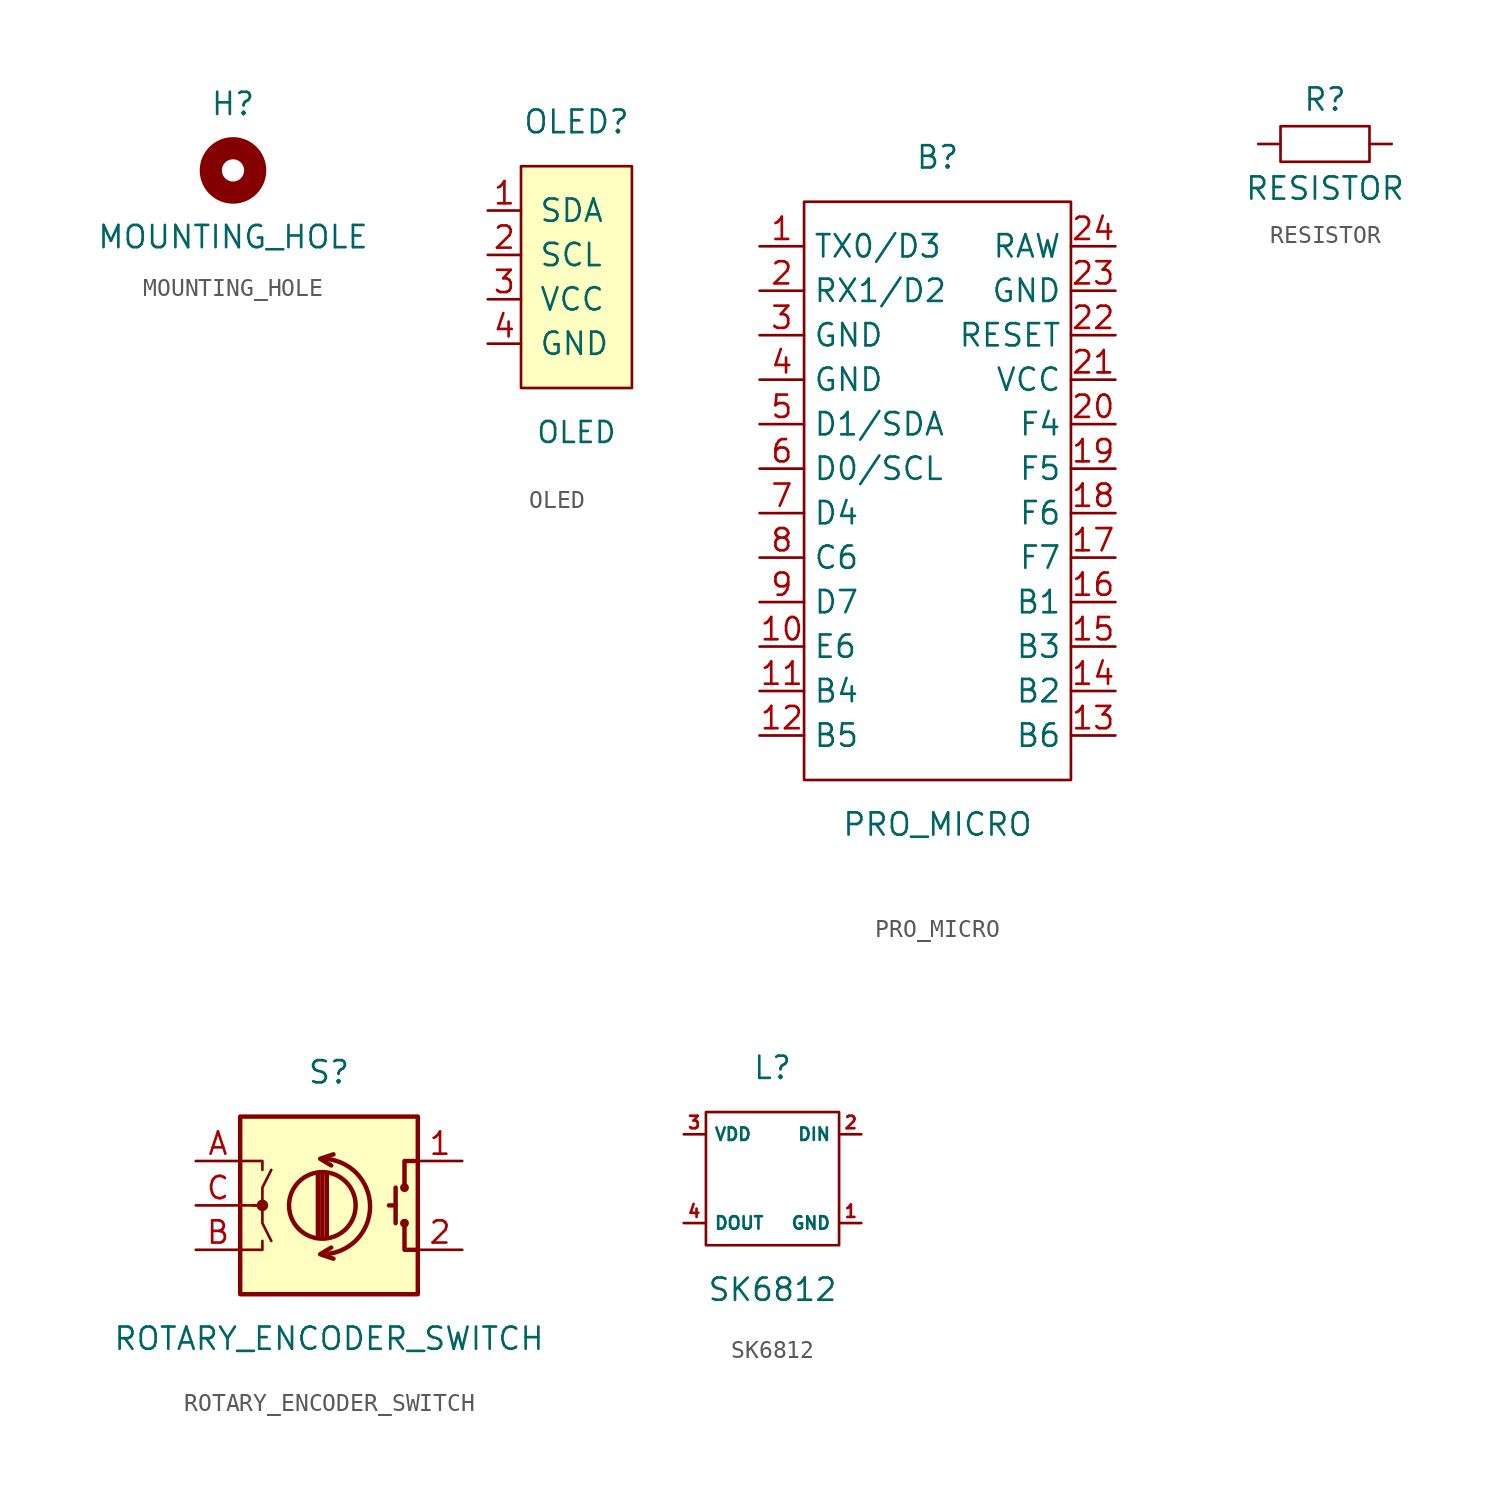
<source format=kicad_sym>
(kicad_symbol_lib
  (version 20211014)
  (generator kicad_symbol_editor)
  (symbol "MOUNTING_HOLE"
    (property "Reference" "H"
      (at 0 3.81 0)
      (effects (font (size 1.27 1.27))))
    (property "Value" "MOUNTING_HOLE"
      (at 0 -3.81 0)
      (effects (font (size 1.27 1.27))))
    (symbol "MOUNTING_HOLE_0_1"
      (circle (center 0 0) (radius 1.27) (stroke (width 1.27) (type default) (color 0 0 0 0)) (fill (type none)))))
  (symbol "OLED"
    (pin_names
      (offset 1.016))
    (property "Reference" "OLED"
      (at 0 8.89 0)
      (effects (font (size 1.295 1.295))))
    (property "Value" "OLED"
      (at 0 -8.89 0)
      (effects (font (size 1.194 1.194))))
    (symbol "OLED_0_1"
      (rectangle (start -3.175 6.35) (end 3.175 -6.35) (stroke (width 0) (type default) (color 0 0 0 0)) (fill (type background))))
    (symbol "OLED_1_1"
      (pin bidirectional line (at -5.08 3.81 0) (length 1.905) (name "SDA" (effects (font (size 1.27 1.27)))) (number "1" (effects (font (size 1.27 1.27)))))
      (pin bidirectional line (at -5.08 1.27 0) (length 1.905) (name "SCL" (effects (font (size 1.27 1.27)))) (number "2" (effects (font (size 1.27 1.27)))))
      (pin power_in line (at -5.08 -1.27 0) (length 1.905) (name "VCC" (effects (font (size 1.27 1.27)))) (number "3" (effects (font (size 1.27 1.27)))))
      (pin power_in line (at -5.08 -3.81 0) (length 1.905) (name "GND" (effects (font (size 1.27 1.27)))) (number "4" (effects (font (size 1.27 1.27)))))))
  (symbol "PRO_MICRO"
    (property "Reference" "B"
      (at 0 19.05 0)
      (effects (font (size 1.27 1.27))))
    (property "Value" "PRO_MICRO"
      (at 0 -19.05 0)
      (effects (font (size 1.27 1.27))))
    (symbol "PRO_MICRO_0_1"
      (rectangle (start -7.62 16.51) (end 7.62 -16.51) (stroke (width 0) (type default) (color 0 0 0 0)) (fill (type none))))
    (symbol "PRO_MICRO_1_1"
      (pin bidirectional line (at -10.16 13.97 0) (length 2.54) (name "TX0/D3" (effects (font (size 1.27 1.27)))) (number "1" (effects (font (size 1.27 1.27)))))
      (pin bidirectional line (at -10.16 -8.89 0) (length 2.54) (name "E6" (effects (font (size 1.27 1.27)))) (number "10" (effects (font (size 1.27 1.27)))))
      (pin bidirectional line (at -10.16 -11.43 0) (length 2.54) (name "B4" (effects (font (size 1.27 1.27)))) (number "11" (effects (font (size 1.27 1.27)))))
      (pin bidirectional line (at -10.16 -13.97 0) (length 2.54) (name "B5" (effects (font (size 1.27 1.27)))) (number "12" (effects (font (size 1.27 1.27)))))
      (pin bidirectional line (at 10.16 -13.97 180) (length 2.54) (name "B6" (effects (font (size 1.27 1.27)))) (number "13" (effects (font (size 1.27 1.27)))))
      (pin bidirectional line (at 10.16 -11.43 180) (length 2.54) (name "B2" (effects (font (size 1.27 1.27)))) (number "14" (effects (font (size 1.27 1.27)))))
      (pin bidirectional line (at 10.16 -8.89 180) (length 2.54) (name "B3" (effects (font (size 1.27 1.27)))) (number "15" (effects (font (size 1.27 1.27)))))
      (pin bidirectional line (at 10.16 -6.35 180) (length 2.54) (name "B1" (effects (font (size 1.27 1.27)))) (number "16" (effects (font (size 1.27 1.27)))))
      (pin bidirectional line (at 10.16 -3.81 180) (length 2.54) (name "F7" (effects (font (size 1.27 1.27)))) (number "17" (effects (font (size 1.27 1.27)))))
      (pin bidirectional line (at 10.16 -1.27 180) (length 2.54) (name "F6" (effects (font (size 1.27 1.27)))) (number "18" (effects (font (size 1.27 1.27)))))
      (pin bidirectional line (at 10.16 1.27 180) (length 2.54) (name "F5" (effects (font (size 1.27 1.27)))) (number "19" (effects (font (size 1.27 1.27)))))
      (pin bidirectional line (at -10.16 11.43 0) (length 2.54) (name "RX1/D2" (effects (font (size 1.27 1.27)))) (number "2" (effects (font (size 1.27 1.27)))))
      (pin bidirectional line (at 10.16 3.81 180) (length 2.54) (name "F4" (effects (font (size 1.27 1.27)))) (number "20" (effects (font (size 1.27 1.27)))))
      (pin input line (at 10.16 6.35 180) (length 2.54) (name "VCC" (effects (font (size 1.27 1.27)))) (number "21" (effects (font (size 1.27 1.27)))))
      (pin input line (at 10.16 8.89 180) (length 2.54) (name "RESET" (effects (font (size 1.27 1.27)))) (number "22" (effects (font (size 1.27 1.27)))))
      (pin input line (at 10.16 11.43 180) (length 2.54) (name "GND" (effects (font (size 1.27 1.27)))) (number "23" (effects (font (size 1.27 1.27)))))
      (pin output line (at 10.16 13.97 180) (length 2.54) (name "RAW" (effects (font (size 1.27 1.27)))) (number "24" (effects (font (size 1.27 1.27)))))
      (pin power_in line (at -10.16 8.89 0) (length 2.54) (name "GND" (effects (font (size 1.27 1.27)))) (number "3" (effects (font (size 1.27 1.27)))))
      (pin power_in line (at -10.16 6.35 0) (length 2.54) (name "GND" (effects (font (size 1.27 1.27)))) (number "4" (effects (font (size 1.27 1.27)))))
      (pin bidirectional line (at -10.16 3.81 0) (length 2.54) (name "D1/SDA" (effects (font (size 1.27 1.27)))) (number "5" (effects (font (size 1.27 1.27)))))
      (pin bidirectional line (at -10.16 1.27 0) (length 2.54) (name "D0/SCL" (effects (font (size 1.27 1.27)))) (number "6" (effects (font (size 1.27 1.27)))))
      (pin bidirectional line (at -10.16 -1.27 0) (length 2.54) (name "D4" (effects (font (size 1.27 1.27)))) (number "7" (effects (font (size 1.27 1.27)))))
      (pin bidirectional line (at -10.16 -3.81 0) (length 2.54) (name "C6" (effects (font (size 1.27 1.27)))) (number "8" (effects (font (size 1.27 1.27)))))
      (pin bidirectional line (at -10.16 -6.35 0) (length 2.54) (name "D7" (effects (font (size 1.27 1.27)))) (number "9" (effects (font (size 1.27 1.27)))))))
  (symbol "RESISTOR"
    (pin_numbers hide)
    (pin_names hide)
    (property "Reference" "R"
      (at 0 2.54 0)
      (effects (font (size 1.27 1.27))))
    (property "Value" "RESISTOR"
      (at 0 -2.54 0)
      (effects (font (size 1.27 1.27))))
    (symbol "RESISTOR_0_1"
      (rectangle (start -2.54 1.016) (end 2.54 -1.016) (stroke (width 0) (type default) (color 0 0 0 0)) (fill (type none))))
    (symbol "RESISTOR_1_1"
      (pin passive line (at -3.81 0 0) (length 1.27) (name "1" (effects (font (size 1.27 1.27)))) (number "1" (effects (font (size 1.27 1.27)))))
      (pin passive line (at 3.81 0 180) (length 1.27) (name "2" (effects (font (size 1.27 1.27)))) (number "2" (effects (font (size 1.27 1.27)))))))
  (symbol "ROTARY_ENCODER_SWITCH"
    (pin_names
      (offset 0.254) hide)
    (property "Reference" "S"
      (at 0 7.62 0)
      (effects (font (size 1.27 1.27))))
    (property "Value" "ROTARY_ENCODER_SWITCH"
      (at 0 -7.62 0)
      (effects (font (size 1.27 1.27))))
    (symbol "ROTARY_ENCODER_SWITCH_0_1"
      (rectangle (start -5.08 5.08) (end 5.08 -5.08) (stroke (width 0.254) (type default) (color 0 0 0 0)) (fill (type background)))
      (circle (center -3.81 0) (radius 0.254) (stroke (width 0) (type default) (color 0 0 0 0)) (fill (type outline)))
      (arc (start -0.381 -2.794) (mid 2.3622 -0.0635) (end -0.381 2.667) (stroke (width 0.254) (type default) (color 0 0 0 0)) (fill (type none)))
      (circle (center -0.381 0) (radius 1.905) (stroke (width 0.254) (type default) (color 0 0 0 0)) (fill (type none)))
      (polyline (pts (xy -0.635 -1.778) (xy -0.635 1.778)) (stroke (width 0.254) (type default) (color 0 0 0 0)) (fill (type none)))
      (polyline (pts (xy -0.381 -1.778) (xy -0.381 1.778)) (stroke (width 0.254) (type default) (color 0 0 0 0)) (fill (type none)))
      (polyline (pts (xy -0.127 1.778) (xy -0.127 -1.778)) (stroke (width 0.254) (type default) (color 0 0 0 0)) (fill (type none)))
      (polyline (pts (xy 3.81 0) (xy 3.429 0)) (stroke (width 0.254) (type default) (color 0 0 0 0)) (fill (type none)))
      (polyline (pts (xy 3.81 1.016) (xy 3.81 -1.016)) (stroke (width 0.254) (type default) (color 0 0 0 0)) (fill (type none)))
      (polyline (pts (xy -5.08 -2.54) (xy -3.81 -2.54) (xy -3.81 -2.032)) (stroke (width 0) (type default) (color 0 0 0 0)) (fill (type none)))
      (polyline (pts (xy -5.08 2.54) (xy -3.81 2.54) (xy -3.81 2.032)) (stroke (width 0) (type default) (color 0 0 0 0)) (fill (type none)))
      (polyline (pts (xy 0.254 -3.048) (xy -0.508 -2.794) (xy 0.127 -2.413)) (stroke (width 0.254) (type default) (color 0 0 0 0)) (fill (type none)))
      (polyline (pts (xy 0.254 2.921) (xy -0.508 2.667) (xy 0.127 2.286)) (stroke (width 0.254) (type default) (color 0 0 0 0)) (fill (type none)))
      (polyline (pts (xy 5.08 -2.54) (xy 4.318 -2.54) (xy 4.318 -1.016)) (stroke (width 0.254) (type default) (color 0 0 0 0)) (fill (type none)))
      (polyline (pts (xy 5.08 2.54) (xy 4.318 2.54) (xy 4.318 1.016)) (stroke (width 0.254) (type default) (color 0 0 0 0)) (fill (type none)))
      (polyline (pts (xy -5.08 0) (xy -3.81 0) (xy -3.81 -1.016) (xy -3.302 -2.032)) (stroke (width 0) (type default) (color 0 0 0 0)) (fill (type none)))
      (polyline (pts (xy -4.318 0) (xy -3.81 0) (xy -3.81 1.016) (xy -3.302 2.032)) (stroke (width 0) (type default) (color 0 0 0 0)) (fill (type none)))
      (circle (center 4.318 -1.016) (radius 0.127) (stroke (width 0.254) (type default) (color 0 0 0 0)) (fill (type none)))
      (circle (center 4.318 1.016) (radius 0.127) (stroke (width 0.254) (type default) (color 0 0 0 0)) (fill (type none))))
    (symbol "ROTARY_ENCODER_SWITCH_1_1"
      (pin passive line (at 7.62 2.54 180) (length 2.54) (name "1" (effects (font (size 1.27 1.27)))) (number "1" (effects (font (size 1.27 1.27)))))
      (pin passive line (at 7.62 -2.54 180) (length 2.54) (name "2" (effects (font (size 1.27 1.27)))) (number "2" (effects (font (size 1.27 1.27)))))
      (pin passive line (at -7.62 2.54 0) (length 2.54) (name "A" (effects (font (size 1.27 1.27)))) (number "A" (effects (font (size 1.27 1.27)))))
      (pin passive line (at -7.62 -2.54 0) (length 2.54) (name "B" (effects (font (size 1.27 1.27)))) (number "B" (effects (font (size 1.27 1.27)))))
      (pin passive line (at -7.62 0 0) (length 2.54) (name "C" (effects (font (size 1.27 1.27)))) (number "C" (effects (font (size 1.27 1.27)))))))
  (symbol "SK6812"
    (property "Reference" "L"
      (at 0 6.35 0)
      (effects (font (size 1.27 1.27))))
    (property "Value" "SK6812"
      (at 0 -6.35 0)
      (effects (font (size 1.27 1.27))))
    (symbol "SK6812_0_1"
      (rectangle (start -3.81 3.81) (end 3.81 -3.81) (stroke (width 0) (type default) (color 0 0 0 0)) (fill (type none))))
    (symbol "SK6812_1_1"
      (pin power_in line (at 5.08 -2.54 180) (length 1.194) (name "GND" (effects (font (size 0.711 0.711)))) (number "1" (effects (font (size 0.711 0.711)))))
      (pin input line (at 5.08 2.54 180) (length 1.194) (name "DIN" (effects (font (size 0.711 0.711)))) (number "2" (effects (font (size 0.711 0.711)))))
      (pin power_in line (at -5.08 2.54 0) (length 1.194) (name "VDD" (effects (font (size 0.711 0.711)))) (number "3" (effects (font (size 0.711 0.711)))))
      (pin output line (at -5.08 -2.54 0) (length 1.194) (name "DOUT" (effects (font (size 0.711 0.711)))) (number "4" (effects (font (size 0.711 0.711))))))))
</source>
